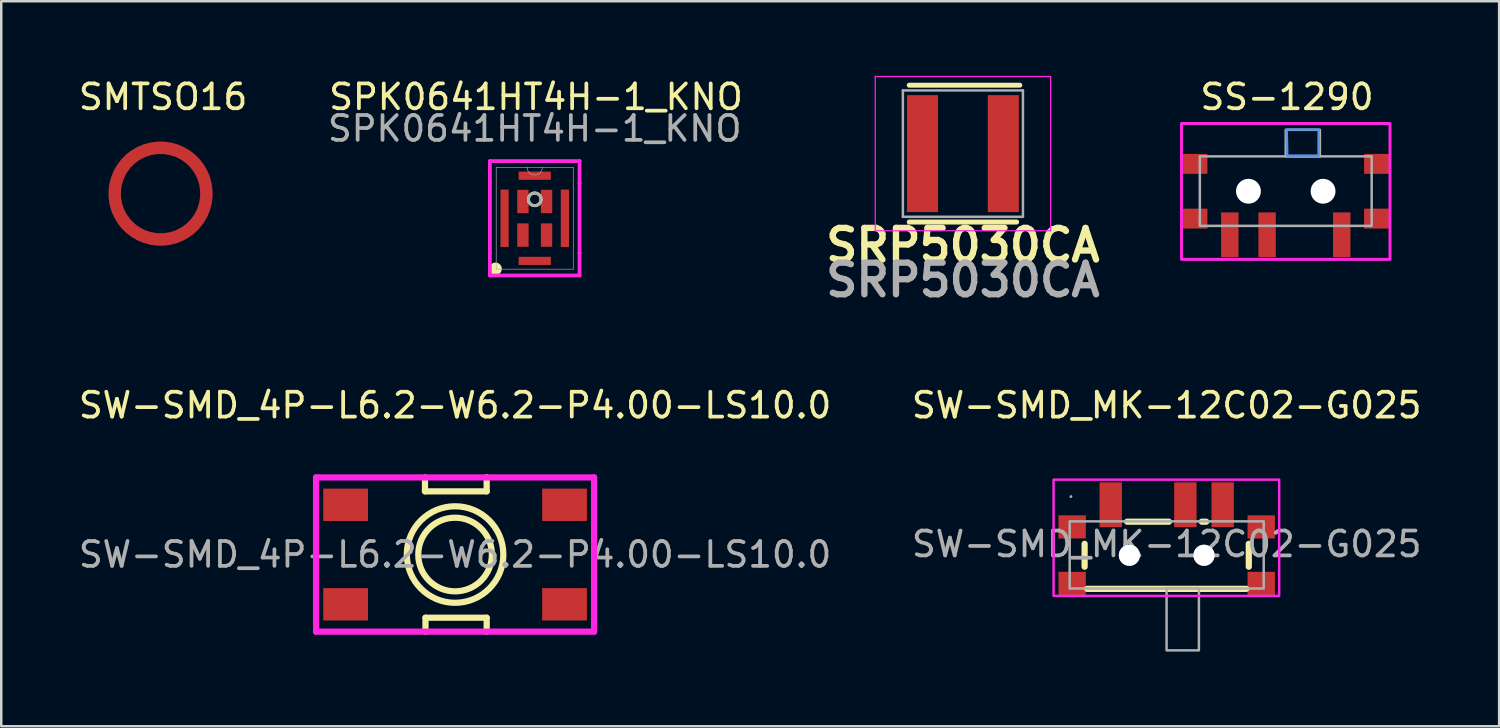
<source format=kicad_pcb>
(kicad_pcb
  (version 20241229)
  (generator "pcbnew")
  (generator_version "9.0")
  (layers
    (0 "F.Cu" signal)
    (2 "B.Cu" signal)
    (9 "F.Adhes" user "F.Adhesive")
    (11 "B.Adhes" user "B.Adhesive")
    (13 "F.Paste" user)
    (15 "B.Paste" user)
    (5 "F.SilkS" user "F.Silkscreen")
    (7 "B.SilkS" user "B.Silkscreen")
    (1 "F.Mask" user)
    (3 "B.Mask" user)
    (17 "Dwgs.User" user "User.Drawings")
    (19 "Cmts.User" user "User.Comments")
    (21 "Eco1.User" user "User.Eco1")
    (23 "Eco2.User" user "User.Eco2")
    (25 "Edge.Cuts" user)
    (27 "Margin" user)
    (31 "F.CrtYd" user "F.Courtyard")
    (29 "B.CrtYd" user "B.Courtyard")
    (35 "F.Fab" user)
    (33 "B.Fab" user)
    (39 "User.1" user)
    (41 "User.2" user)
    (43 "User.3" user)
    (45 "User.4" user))
  (footprint "SMTSO16"
    (layer "F.Cu")
    (at 3.404 4.734)
    (property "Reference" "SMTSO16" (at 0.102 -3.886 0) (unlocked yes) (layer "F.SilkS") (effects (font (size 1 1) (thickness 0.15))))
    (attr smd)
    (pad "1" smd custom (at 1.843 0) (size 0.1 0.1) (layers "F.Cu" "F.Mask" "F.Paste") (options (anchor circle)) (primitives (gr_circle (center -1.843 0) (end 0 0) (width 0.505) (fill no)))))
  (footprint "SPK0641HT4H-1_KNO"
    (layer "F.Cu")
    (at 18.446 5.725)
    (property "Reference" "SPK0641HT4H-1_KNO" (at 0.051 -4.877 0) (unlocked yes) (layer "F.SilkS") (effects (font (size 1 1) (thickness 0.15))))
    (attr smd)
    (fp_circle (center -1.575 2.032) (end -1.448 2.032) (stroke (width 0.254) (type solid)) (fill no) (layer "F.SilkS"))
    (fp_circle (center 0 -0.762) (end 0 -0.508) (stroke (width 0.12) (type default)) (fill no) (layer "F.SilkS"))
    (fp_line (start -1.803 -2.299) (end 1.803 -2.299) (stroke (width 0.152) (type solid)) (layer "F.CrtYd"))
    (fp_line (start -1.803 -1.399) (end -1.803 -2.299) (stroke (width 0.152) (type solid)) (layer "F.CrtYd"))
    (fp_line (start -1.803 -1.399) (end -1.803 -1.399) (stroke (width 0.152) (type solid)) (layer "F.CrtYd"))
    (fp_line (start -1.803 1.399) (end -1.803 -1.399) (stroke (width 0.152) (type solid)) (layer "F.CrtYd"))
    (fp_line (start -1.803 1.399) (end -1.803 1.399) (stroke (width 0.152) (type solid)) (layer "F.CrtYd"))
    (fp_line (start -1.803 2.299) (end -1.803 1.399) (stroke (width 0.152) (type solid)) (layer "F.CrtYd"))
    (fp_line (start 1.803 -2.299) (end 1.803 -1.399) (stroke (width 0.152) (type solid)) (layer "F.CrtYd"))
    (fp_line (start 1.803 -1.399) (end 1.803 -1.399) (stroke (width 0.152) (type solid)) (layer "F.CrtYd"))
    (fp_line (start 1.803 -1.399) (end 1.803 1.399) (stroke (width 0.152) (type solid)) (layer "F.CrtYd"))
    (fp_line (start 1.803 1.399) (end 1.803 1.399) (stroke (width 0.152) (type solid)) (layer "F.CrtYd"))
    (fp_line (start 1.803 1.399) (end 1.803 2.299) (stroke (width 0.152) (type solid)) (layer "F.CrtYd"))
    (fp_line (start 1.803 2.299) (end -1.803 2.299) (stroke (width 0.152) (type solid)) (layer "F.CrtYd"))
    (fp_line (start -1.549 -2.045) (end -1.549 2.045) (stroke (width 0.025) (type solid)) (layer "F.Fab"))
    (fp_line (start -1.549 2.045) (end 1.549 2.045) (stroke (width 0.025) (type solid)) (layer "F.Fab"))
    (fp_line (start 1.549 -2.045) (end -1.549 -2.045) (stroke (width 0.025) (type solid)) (layer "F.Fab"))
    (fp_line (start 1.549 2.045) (end 1.549 -2.045) (stroke (width 0.025) (type solid)) (layer "F.Fab"))
    (fp_arc (start 0.3048 -2.0447) (mid 0 -1.7399) (end -0.3048 -2.0447) (stroke (width 0.0254) (type solid)) (layer "F.Fab"))
    (fp_circle (center -0.246 -0.675) (end -0.246 -0.675) (stroke (width 0.025) (type solid)) (fill no) (layer "F.Fab"))
    (fp_circle (center 0 -0.762) (end 0.254 -0.762) (stroke (width 0.12) (type default)) (fill no) (layer "F.Fab"))
    (fp_text user "${REFERENCE}" (at 0 -3.607 0) (unlocked yes) (layer "F.Fab") (effects (font (size 1 1) (thickness 0.15))))
    (pad "1" smd rect (at -0.475 0.675) (size 0.457 0.94) (layers "F.Cu" "F.Mask" "F.Paste"))
    (pad "2" smd rect (at -0.475 -0.675) (size 0.457 0.94) (layers "F.Cu" "F.Mask" "F.Paste"))
    (pad "3" smd rect (at 0.475 -0.675) (size 0.457 0.94) (layers "F.Cu" "F.Mask" "F.Paste"))
    (pad "4" smd rect (at 0.475 0.675) (size 0.457 0.94) (layers "F.Cu" "F.Mask" "F.Paste"))
    (pad "5" smd rect (at 0 1.712) (size 1.295 0.33) (layers "F.Cu" "F.Mask" "F.Paste"))
    (pad "6" smd rect (at -1.212 0) (size 0.33 2.311) (layers "F.Cu" "F.Mask" "F.Paste"))
    (pad "7" smd rect (at 0 -1.712) (size 1.295 0.33) (layers "F.Cu" "F.Mask" "F.Paste"))
    (pad "8" smd rect (at 1.212 0) (size 0.33 2.311) (layers "F.Cu" "F.Mask" "F.Paste")))
  (footprint "SS-1290"
    (layer "F.Cu")
    (at 48.637 4.963)
    (property "Reference" "SS-1290" (at 0.051 -4.115 0) (unlocked yes) (layer "F.SilkS") (effects (font (size 1 1) (thickness 0.15))))
    (attr smd)
    (fp_circle (center -1.5 -0.325) (end -1.325 -0.325) (stroke (width 0.35) (type solid)) (fill no) (layer "Cmts.User"))
    (fp_circle (center 1.5 -0.325) (end 1.675 -0.325) (stroke (width 0.35) (type solid)) (fill no) (layer "Cmts.User"))
    (fp_poly (pts (xy 0.038 -2.806) (xy 1.322 -2.806) (xy 1.322 -1.757) (xy 0.057 -1.757) (xy 0.057 -1.959)) (stroke (width 0.1) (type solid)) (fill no) (layer "Cmts.User"))
    (fp_rect (start -4.191 -3.048) (end 4.191 2.413) (stroke (width 0.12) (type default)) (fill no) (layer "F.CrtYd"))
    (fp_rect (start -3.454 -1.727) (end 3.454 1.067) (stroke (width 0.1) (type default)) (fill no) (layer "F.Fab"))
    (fp_rect (start 0 -1.727) (end 1.372 -2.794) (stroke (width 0.1) (type default)) (fill no) (layer "F.Fab"))
    (pad "" np_thru_hole circle (at -1.5 -0.325) (size 1 1) (drill 1) (layers "*.Cu" "*.Mask"))
    (pad "" np_thru_hole circle (at 1.5 -0.325) (size 1 1) (drill 1) (layers "*.Cu" "*.Mask"))
    (pad "1" smd rect (at -2.25 1.425) (size 0.7 1.8) (layers "F.Cu" "F.Mask" "F.Paste"))
    (pad "2" smd rect (at -0.75 1.425) (size 0.7 1.8) (layers "F.Cu" "F.Mask" "F.Paste"))
    (pad "3" smd rect (at 2.25 1.425) (size 0.7 1.8) (layers "F.Cu" "F.Mask" "F.Paste"))
    (pad "4" smd rect (at -3.65 0.775 90) (size 0.8 1) (layers "F.Cu" "F.Mask" "F.Paste"))
    (pad "5" smd rect (at -3.65 -1.425 90) (size 0.8 1) (layers "F.Cu" "F.Mask" "F.Paste"))
    (pad "6" smd rect (at 3.65 0.775 90) (size 0.8 1) (layers "F.Cu" "F.Mask" "F.Paste"))
    (pad "7" smd rect (at 3.65 -1.425 90) (size 0.8 1) (layers "F.Cu" "F.Mask" "F.Paste")))
  (footprint "SW-SMD_MK-12C02-G025"
    (layer "F.Cu")
    (at 43.851 18.822)
    (property "Reference" "SW-SMD_MK-12C02-G025" (at 0 -5.58 0) (layer "F.SilkS") (effects (font (size 1 1) (thickness 0.15))))
    (attr smd)
    (fp_line (start -3.3 0.91) (end -3.3 -0.01) (stroke (width 0.25) (type solid)) (layer "F.SilkS"))
    (fp_line (start 0.09 -0.9) (end -1.59 -0.9) (stroke (width 0.25) (type solid)) (layer "F.SilkS"))
    (fp_line (start 1.59 -0.9) (end 1.41 -0.9) (stroke (width 0.25) (type solid)) (layer "F.SilkS"))
    (fp_line (start 3.2 1.8) (end -3.2 1.8) (stroke (width 0.25) (type solid)) (layer "F.SilkS"))
    (fp_line (start 3.3 0.91) (end 3.3 -0.01) (stroke (width 0.25) (type solid)) (layer "F.SilkS"))
    (fp_circle (center -1.5 0.45) (end -1.3 0.45) (stroke (width 0.4) (type solid)) (fill no) (layer "Cmts.User"))
    (fp_circle (center 1.5 0.45) (end 1.7 0.45) (stroke (width 0.4) (type solid)) (fill no) (layer "Cmts.User"))
    (fp_rect (start -4.547 -2.591) (end 4.521 2.083) (stroke (width 0.1) (type default)) (fill no) (layer "F.CrtYd"))
    (fp_rect (start -3.9 -0.914) (end 3.9 1.786) (stroke (width 0.1) (type default)) (fill no) (layer "F.Fab"))
    (fp_rect (start -0.005 1.773) (end 1.295 4.273) (stroke (width 0.1) (type default)) (fill no) (layer "F.Fab"))
    (fp_circle (center -3.85 -1.91) (end -3.82 -1.91) (stroke (width 0.06) (type solid)) (fill no) (layer "F.Fab"))
    (fp_text user "${REFERENCE}" (at 0 0 0) (layer "F.Fab") (effects (font (size 1 1) (thickness 0.15))))
    (pad "" thru_hole circle (at -1.5 0.45) (size 0.85 0.85) (drill 0.85) (layers "*.Cu" "*.Mask"))
    (pad "" thru_hole circle (at 1.5 0.45) (size 0.85 0.85) (drill 0.85) (layers "*.Cu" "*.Mask"))
    (pad "1" smd rect (at -2.25 -1.58) (size 0.9 1.8) (layers "F.Cu" "F.Mask" "F.Paste"))
    (pad "2" smd rect (at 0.75 -1.58) (size 0.9 1.8) (layers "F.Cu" "F.Mask" "F.Paste"))
    (pad "3" smd rect (at 2.25 -1.58) (size 0.9 1.8) (layers "F.Cu" "F.Mask" "F.Paste"))
    (pad "4" smd rect (at 3.8 -0.69) (size 1.1 0.93) (layers "F.Cu" "F.Mask" "F.Paste"))
    (pad "5" smd rect (at 3.8 1.58) (size 1.1 0.93) (layers "F.Cu" "F.Mask" "F.Paste"))
    (pad "6" smd rect (at -3.8 1.58) (size 1.1 0.93) (layers "F.Cu" "F.Mask" "F.Paste"))
    (pad "7" smd rect (at -3.8 -0.69) (size 1.1 0.93) (layers "F.Cu" "F.Mask" "F.Paste")))
  (footprint "SRP5030CA"
    (layer "F.Cu")
    (at 35.659 3.125)
    (property "Reference" "SRP5030CA" (at 0 3.683 0) (layer "F.SilkS") (effects (font (size 1.27 1.27) (thickness 0.254))))
    (attr smd)
    (fp_line (start -2.159 2.75) (end 2.159 2.75) (stroke (width 0.2) (type solid)) (layer "F.SilkS"))
    (fp_line (start 2.286 -2.75) (end -2.159 -2.75) (stroke (width 0.2) (type solid)) (layer "F.SilkS"))
    (fp_line (start -3.525 -3.1) (end 3.525 -3.1) (stroke (width 0.05) (type solid)) (layer "F.CrtYd"))
    (fp_line (start -3.525 3.1) (end -3.525 -3.1) (stroke (width 0.05) (type solid)) (layer "F.CrtYd"))
    (fp_line (start 3.525 -3.1) (end 3.525 3.1) (stroke (width 0.05) (type solid)) (layer "F.CrtYd"))
    (fp_line (start 3.525 3.1) (end -3.525 3.1) (stroke (width 0.05) (type solid)) (layer "F.CrtYd"))
    (fp_line (start -2.413 -2.54) (end 2.413 -2.54) (stroke (width 0.1) (type solid)) (layer "F.Fab"))
    (fp_line (start -2.413 2.54) (end -2.413 -2.54) (stroke (width 0.1) (type solid)) (layer "F.Fab"))
    (fp_line (start 2.413 -2.54) (end 2.413 2.54) (stroke (width 0.1) (type solid)) (layer "F.Fab"))
    (fp_line (start 2.413 2.54) (end -2.413 2.54) (stroke (width 0.1) (type solid)) (layer "F.Fab"))
    (fp_text user "${REFERENCE}" (at 0 5.08 0) (layer "F.Fab") (effects (font (size 1.27 1.27) (thickness 0.254))))
    (pad "1" smd rect (at -1.625 0) (size 1.25 4.7) (layers "F.Cu" "F.Mask" "F.Paste"))
    (pad "2" smd rect (at 1.625 0) (size 1.25 4.7) (layers "F.Cu" "F.Mask" "F.Paste")))
  (footprint "SW-SMD_4P-L6.2-W6.2-P4.00-LS10.0"
    (layer "F.Cu")
    (at 15.244 19.242)
    (property "Reference" "SW-SMD_4P-L6.2-W6.2-P4.00-LS10.0" (at 0 -6 0) (layer "F.SilkS") (effects (font (size 1 1) (thickness 0.15))))
    (attr smd)
    (fp_line (start -1.21 -3.1) (end -1.21 -2.54) (stroke (width 0.25) (type solid)) (layer "F.SilkS"))
    (fp_line (start -1.21 -2.54) (end 1.27 -2.54) (stroke (width 0.25) (type solid)) (layer "F.SilkS"))
    (fp_line (start -1.19 2.54) (end 1.27 2.54) (stroke (width 0.25) (type solid)) (layer "F.SilkS"))
    (fp_line (start -1.19 3.1) (end -1.19 2.54) (stroke (width 0.25) (type solid)) (layer "F.SilkS"))
    (fp_line (start 1.27 -3.1) (end 1.27 -3.05) (stroke (width 0.25) (type solid)) (layer "F.SilkS"))
    (fp_line (start 1.27 -2.54) (end 1.27 -3.1) (stroke (width 0.25) (type solid)) (layer "F.SilkS"))
    (fp_line (start 1.27 2.54) (end 1.27 3.1) (stroke (width 0.25) (type solid)) (layer "F.SilkS"))
    (fp_circle (center 0 0) (end 1.48 0) (stroke (width 0.25) (type solid)) (fill no) (layer "F.SilkS"))
    (fp_circle (center 0 0) (end 1.94 0) (stroke (width 0.25) (type solid)) (fill no) (layer "F.SilkS"))
    (fp_line (start -5.588 -3.1) (end -5.588 3.1) (stroke (width 0.25) (type solid)) (layer "F.CrtYd"))
    (fp_line (start -5.588 -3.1) (end 5.588 -3.1) (stroke (width 0.25) (type solid)) (layer "F.CrtYd"))
    (fp_line (start -5.588 3.1) (end 5.588 3.1) (stroke (width 0.25) (type solid)) (layer "F.CrtYd"))
    (fp_line (start 5.588 -3.1) (end 5.588 3.1) (stroke (width 0.25) (type solid)) (layer "F.CrtYd"))
    (fp_circle (center -5 -3.1) (end -4.97 -3.1) (stroke (width 0.06) (type solid)) (fill no) (layer "F.Fab"))
    (fp_text user "${REFERENCE}" (at 0 0 0) (layer "F.Fab") (effects (font (size 1 1) (thickness 0.15))))
    (pad "1" smd rect (at -4.4 -2) (size 1.8 1.3) (layers "F.Cu" "F.Mask" "F.Paste"))
    (pad "1" smd rect (at 4.4 -2) (size 1.8 1.3) (layers "F.Cu" "F.Mask" "F.Paste"))
    (pad "2" smd rect (at -4.4 2) (size 1.8 1.3) (layers "F.Cu" "F.Mask" "F.Paste"))
    (pad "2" smd rect (at 4.4 2) (size 1.8 1.3) (layers "F.Cu" "F.Mask" "F.Paste")))
  (gr_rect
    (start -3 -3)
    (end 57.214 26.145)
    (stroke (width 0.1) (type default))
    (fill no)
    (layer "Edge.Cuts")))
</source>
